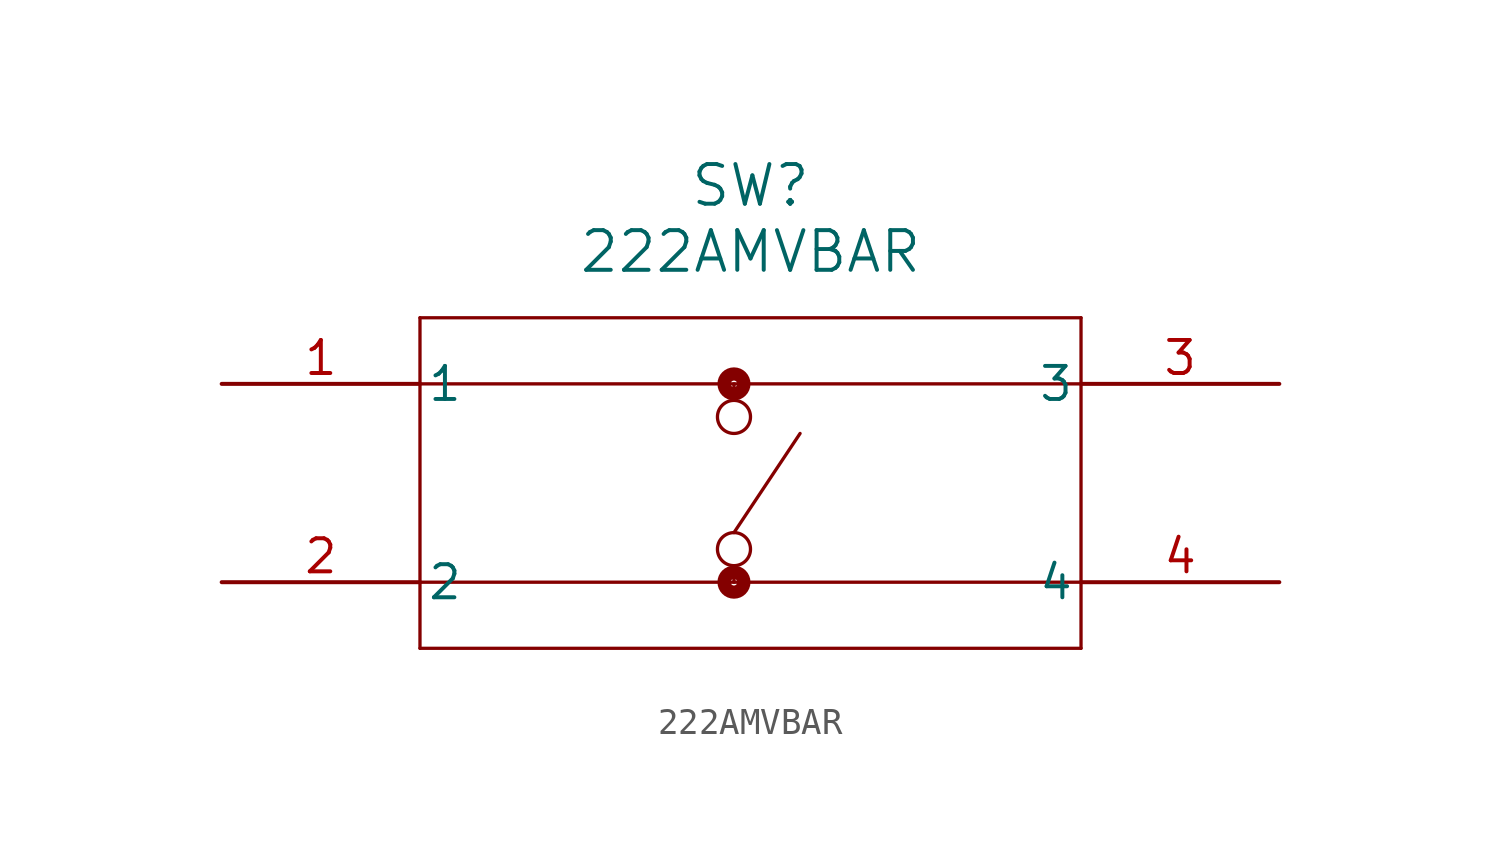
<source format=kicad_sym>
(kicad_symbol_lib
  (version 20211014)
  (generator kicad_symbol_editor)
  (symbol "222AMVBAR"
    (pin_names
      (offset 0.254))
    (property "Reference" "SW"
      (at 20.32 10.16 0)
      (effects (font (size 1.524 1.524))))
    (property "Value" "222AMVBAR"
      (at 20.32 7.62 0)
      (effects (font (size 1.524 1.524))))
    (symbol "222AMVBAR_0_1"
      (polyline (pts (xy 7.62 5.08) (xy 7.62 -7.62)) (stroke (width 0.127) (type default) (color 0 0 0 0)) (fill (type none)))
      (polyline (pts (xy 7.62 -7.62) (xy 33.02 -7.62)) (stroke (width 0.127) (type default) (color 0 0 0 0)) (fill (type none)))
      (polyline (pts (xy 33.02 -7.62) (xy 33.02 5.08)) (stroke (width 0.127) (type default) (color 0 0 0 0)) (fill (type none)))
      (polyline (pts (xy 33.02 5.08) (xy 7.62 5.08)) (stroke (width 0.127) (type default) (color 0 0 0 0)) (fill (type none)))
      (polyline (pts (xy 7.62 2.54) (xy 33.02 2.54)) (stroke (width 0.127) (type default) (color 0 0 0 0)) (fill (type none)))
      (polyline (pts (xy 33.02 -5.08) (xy 7.62 -5.08)) (stroke (width 0.127) (type default) (color 0 0 0 0)) (fill (type none)))
      (circle (center 19.685 2.54) (radius 0.127) (stroke (width 0.508) (type default) (color 0 0 0 0)) (fill (type none)))
      (polyline (pts (xy 19.685 2.54) (xy 19.685 1.905)) (stroke (width 0.127) (type default) (color 0 0 0 0)) (fill (type none)))
      (circle (center 19.685 -5.08) (radius 0.127) (stroke (width 0.508) (type default) (color 0 0 0 0)) (fill (type none)))
      (polyline (pts (xy 19.685 -5.08) (xy 19.685 -4.445)) (stroke (width 0.127) (type default) (color 0 0 0 0)) (fill (type none)))
      (circle (center 19.685 1.27) (radius 0.635) (stroke (width 0.127) (type default) (color 0 0 0 0)) (fill (type none)))
      (circle (center 19.685 -3.81) (radius 0.635) (stroke (width 0.127) (type default) (color 0 0 0 0)) (fill (type none)))
      (polyline (pts (xy 19.685 -3.175) (xy 22.225 0.635)) (stroke (width 0.127) (type default) (color 0 0 0 0)) (fill (type none)))
      (pin unspecified line (at 0 2.54 0) (length 7.62) (name "1" (effects (font (size 1.27 1.27)))) (number "1" (effects (font (size 1.27 1.27)))))
      (pin unspecified line (at 0 -5.08 0) (length 7.62) (name "2" (effects (font (size 1.27 1.27)))) (number "2" (effects (font (size 1.27 1.27)))))
      (pin unspecified line (at 40.64 2.54 180) (length 7.62) (name "3" (effects (font (size 1.27 1.27)))) (number "3" (effects (font (size 1.27 1.27)))))
      (pin unspecified line (at 40.64 -5.08 180) (length 7.62) (name "4" (effects (font (size 1.27 1.27)))) (number "4" (effects (font (size 1.27 1.27))))))))
</source>
